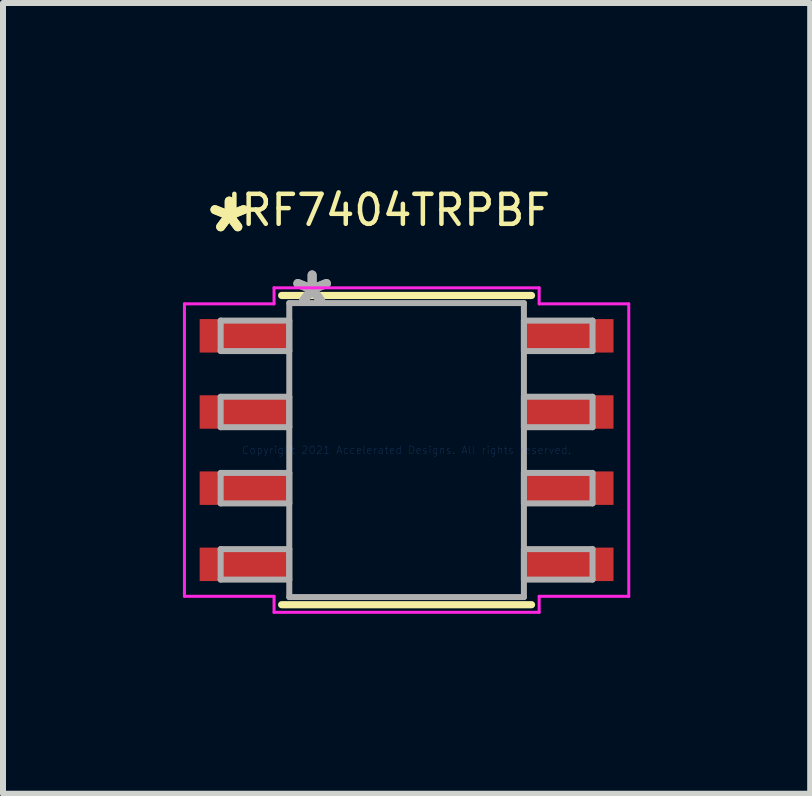
<source format=kicad_pcb>
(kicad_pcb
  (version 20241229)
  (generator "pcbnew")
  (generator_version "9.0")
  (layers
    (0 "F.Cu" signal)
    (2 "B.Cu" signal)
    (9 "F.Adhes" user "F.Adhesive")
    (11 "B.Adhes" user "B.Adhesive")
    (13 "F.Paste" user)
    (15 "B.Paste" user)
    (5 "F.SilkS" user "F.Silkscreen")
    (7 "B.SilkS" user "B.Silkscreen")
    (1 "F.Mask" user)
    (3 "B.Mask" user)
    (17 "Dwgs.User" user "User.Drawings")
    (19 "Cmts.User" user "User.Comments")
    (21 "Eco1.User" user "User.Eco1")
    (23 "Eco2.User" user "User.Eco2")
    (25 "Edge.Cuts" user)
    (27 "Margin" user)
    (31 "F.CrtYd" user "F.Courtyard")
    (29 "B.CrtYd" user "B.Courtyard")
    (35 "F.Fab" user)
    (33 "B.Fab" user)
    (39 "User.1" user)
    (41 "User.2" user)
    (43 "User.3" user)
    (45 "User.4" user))
  (footprint "IRF7404TRPBF"
    (layer "F.Cu")
    (at 3.729 4.454)
    (property "Reference" "IRF7404TRPBF" (at -0.3 -4 0) (layer "F.SilkS") (effects (font (size 0.5 0.5) (thickness 0.075))))
    (attr through_hole)
    (fp_line (start -2.083 2.578) (end 2.083 2.578) (stroke (width 0.12) (type solid)) (layer "F.SilkS"))
    (fp_line (start 2.083 -2.578) (end -2.083 -2.578) (stroke (width 0.12) (type solid)) (layer "F.SilkS"))
    (fp_line (start -3.704 -2.438) (end -2.21 -2.438) (stroke (width 0.05) (type solid)) (layer "F.CrtYd"))
    (fp_line (start -3.704 2.438) (end -3.704 -2.438) (stroke (width 0.05) (type solid)) (layer "F.CrtYd"))
    (fp_line (start -2.21 -2.705) (end 2.21 -2.705) (stroke (width 0.05) (type solid)) (layer "F.CrtYd"))
    (fp_line (start -2.21 -2.438) (end -2.21 -2.705) (stroke (width 0.05) (type solid)) (layer "F.CrtYd"))
    (fp_line (start -2.21 2.438) (end -3.704 2.438) (stroke (width 0.05) (type solid)) (layer "F.CrtYd"))
    (fp_line (start -2.21 2.705) (end -2.21 2.438) (stroke (width 0.05) (type solid)) (layer "F.CrtYd"))
    (fp_line (start 2.21 -2.705) (end 2.21 -2.438) (stroke (width 0.05) (type solid)) (layer "F.CrtYd"))
    (fp_line (start 2.21 -2.438) (end 3.704 -2.438) (stroke (width 0.05) (type solid)) (layer "F.CrtYd"))
    (fp_line (start 2.21 2.438) (end 2.21 2.705) (stroke (width 0.05) (type solid)) (layer "F.CrtYd"))
    (fp_line (start 2.21 2.705) (end -2.21 2.705) (stroke (width 0.05) (type solid)) (layer "F.CrtYd"))
    (fp_line (start 3.704 -2.438) (end 3.704 2.438) (stroke (width 0.05) (type solid)) (layer "F.CrtYd"))
    (fp_line (start 3.704 2.438) (end 2.21 2.438) (stroke (width 0.05) (type solid)) (layer "F.CrtYd"))
    (fp_line (start -3.1 -2.159) (end -3.1 -1.651) (stroke (width 0.1) (type solid)) (layer "F.Fab"))
    (fp_line (start -3.1 -1.651) (end -1.956 -1.651) (stroke (width 0.1) (type solid)) (layer "F.Fab"))
    (fp_line (start -3.1 -0.889) (end -3.1 -0.381) (stroke (width 0.1) (type solid)) (layer "F.Fab"))
    (fp_line (start -3.1 -0.381) (end -1.956 -0.381) (stroke (width 0.1) (type solid)) (layer "F.Fab"))
    (fp_line (start -3.1 0.381) (end -3.1 0.889) (stroke (width 0.1) (type solid)) (layer "F.Fab"))
    (fp_line (start -3.1 0.889) (end -1.956 0.889) (stroke (width 0.1) (type solid)) (layer "F.Fab"))
    (fp_line (start -3.1 1.651) (end -3.1 2.159) (stroke (width 0.1) (type solid)) (layer "F.Fab"))
    (fp_line (start -3.1 2.159) (end -1.956 2.159) (stroke (width 0.1) (type solid)) (layer "F.Fab"))
    (fp_line (start -1.956 -2.451) (end -1.956 2.451) (stroke (width 0.1) (type solid)) (layer "F.Fab"))
    (fp_line (start -1.956 -2.159) (end -3.1 -2.159) (stroke (width 0.1) (type solid)) (layer "F.Fab"))
    (fp_line (start -1.956 -1.651) (end -1.956 -2.159) (stroke (width 0.1) (type solid)) (layer "F.Fab"))
    (fp_line (start -1.956 -0.889) (end -3.1 -0.889) (stroke (width 0.1) (type solid)) (layer "F.Fab"))
    (fp_line (start -1.956 -0.381) (end -1.956 -0.889) (stroke (width 0.1) (type solid)) (layer "F.Fab"))
    (fp_line (start -1.956 0.381) (end -3.1 0.381) (stroke (width 0.1) (type solid)) (layer "F.Fab"))
    (fp_line (start -1.956 0.889) (end -1.956 0.381) (stroke (width 0.1) (type solid)) (layer "F.Fab"))
    (fp_line (start -1.956 1.651) (end -3.1 1.651) (stroke (width 0.1) (type solid)) (layer "F.Fab"))
    (fp_line (start -1.956 2.159) (end -1.956 1.651) (stroke (width 0.1) (type solid)) (layer "F.Fab"))
    (fp_line (start -1.956 2.451) (end 1.956 2.451) (stroke (width 0.1) (type solid)) (layer "F.Fab"))
    (fp_line (start 1.956 -2.451) (end -1.956 -2.451) (stroke (width 0.1) (type solid)) (layer "F.Fab"))
    (fp_line (start 1.956 -2.159) (end 1.956 -1.651) (stroke (width 0.1) (type solid)) (layer "F.Fab"))
    (fp_line (start 1.956 -1.651) (end 3.1 -1.651) (stroke (width 0.1) (type solid)) (layer "F.Fab"))
    (fp_line (start 1.956 -0.889) (end 1.956 -0.381) (stroke (width 0.1) (type solid)) (layer "F.Fab"))
    (fp_line (start 1.956 -0.381) (end 3.1 -0.381) (stroke (width 0.1) (type solid)) (layer "F.Fab"))
    (fp_line (start 1.956 0.381) (end 1.956 0.889) (stroke (width 0.1) (type solid)) (layer "F.Fab"))
    (fp_line (start 1.956 0.889) (end 3.1 0.889) (stroke (width 0.1) (type solid)) (layer "F.Fab"))
    (fp_line (start 1.956 1.651) (end 1.956 2.159) (stroke (width 0.1) (type solid)) (layer "F.Fab"))
    (fp_line (start 1.956 2.159) (end 3.1 2.159) (stroke (width 0.1) (type solid)) (layer "F.Fab"))
    (fp_line (start 1.956 2.451) (end 1.956 -2.451) (stroke (width 0.1) (type solid)) (layer "F.Fab"))
    (fp_line (start 3.1 -2.159) (end 1.956 -2.159) (stroke (width 0.1) (type solid)) (layer "F.Fab"))
    (fp_line (start 3.1 -1.651) (end 3.1 -2.159) (stroke (width 0.1) (type solid)) (layer "F.Fab"))
    (fp_line (start 3.1 -0.889) (end 1.956 -0.889) (stroke (width 0.1) (type solid)) (layer "F.Fab"))
    (fp_line (start 3.1 -0.381) (end 3.1 -0.889) (stroke (width 0.1) (type solid)) (layer "F.Fab"))
    (fp_line (start 3.1 0.381) (end 1.956 0.381) (stroke (width 0.1) (type solid)) (layer "F.Fab"))
    (fp_line (start 3.1 0.889) (end 3.1 0.381) (stroke (width 0.1) (type solid)) (layer "F.Fab"))
    (fp_line (start 3.1 1.651) (end 1.956 1.651) (stroke (width 0.1) (type solid)) (layer "F.Fab"))
    (fp_line (start 3.1 2.159) (end 3.1 1.651) (stroke (width 0.1) (type solid)) (layer "F.Fab"))
    (fp_text user "*" (at -2.957 -3.606 0) (layer "F.SilkS") (effects (font (size 1 1) (thickness 0.15))))
    (fp_text user "*" (at -2.957 -3.606 0) (layer "F.SilkS") (effects (font (size 1 1) (thickness 0.15))))
    (fp_text user "Copyright 2021 Accelerated Designs. All rights reserved." (at 0 0 0) (layer "Cmts.User") (effects (font (size 0.127 0.127) (thickness 0.002))))
    (fp_text user "*" (at -1.575 -2.375 0) (layer "F.Fab") (effects (font (size 1 1) (thickness 0.15))))
    (fp_text user "*" (at -1.575 -2.375 0) (layer "F.Fab") (effects (font (size 1 1) (thickness 0.15))))
    (pad "1" smd rect (at -2.703 -1.905) (size 1.494 0.558) (layers "F.Cu" "F.Mask" "F.Paste"))
    (pad "2" smd rect (at -2.703 -0.635) (size 1.494 0.558) (layers "F.Cu" "F.Mask" "F.Paste"))
    (pad "3" smd rect (at -2.703 0.635) (size 1.494 0.558) (layers "F.Cu" "F.Mask" "F.Paste"))
    (pad "4" smd rect (at -2.703 1.905) (size 1.494 0.558) (layers "F.Cu" "F.Mask" "F.Paste"))
    (pad "5" smd rect (at 2.703 1.905) (size 1.494 0.558) (layers "F.Cu" "F.Mask" "F.Paste"))
    (pad "6" smd rect (at 2.703 0.635) (size 1.494 0.558) (layers "F.Cu" "F.Mask" "F.Paste"))
    (pad "7" smd rect (at 2.703 -0.635) (size 1.494 0.558) (layers "F.Cu" "F.Mask" "F.Paste"))
    (pad "8" smd rect (at 2.703 -1.905) (size 1.494 0.558) (layers "F.Cu" "F.Mask" "F.Paste")))
  (gr_rect
    (start -3 -3)
    (end 10.458 10.184)
    (stroke (width 0.1) (type default))
    (fill no)
    (layer "Edge.Cuts")))
</source>
